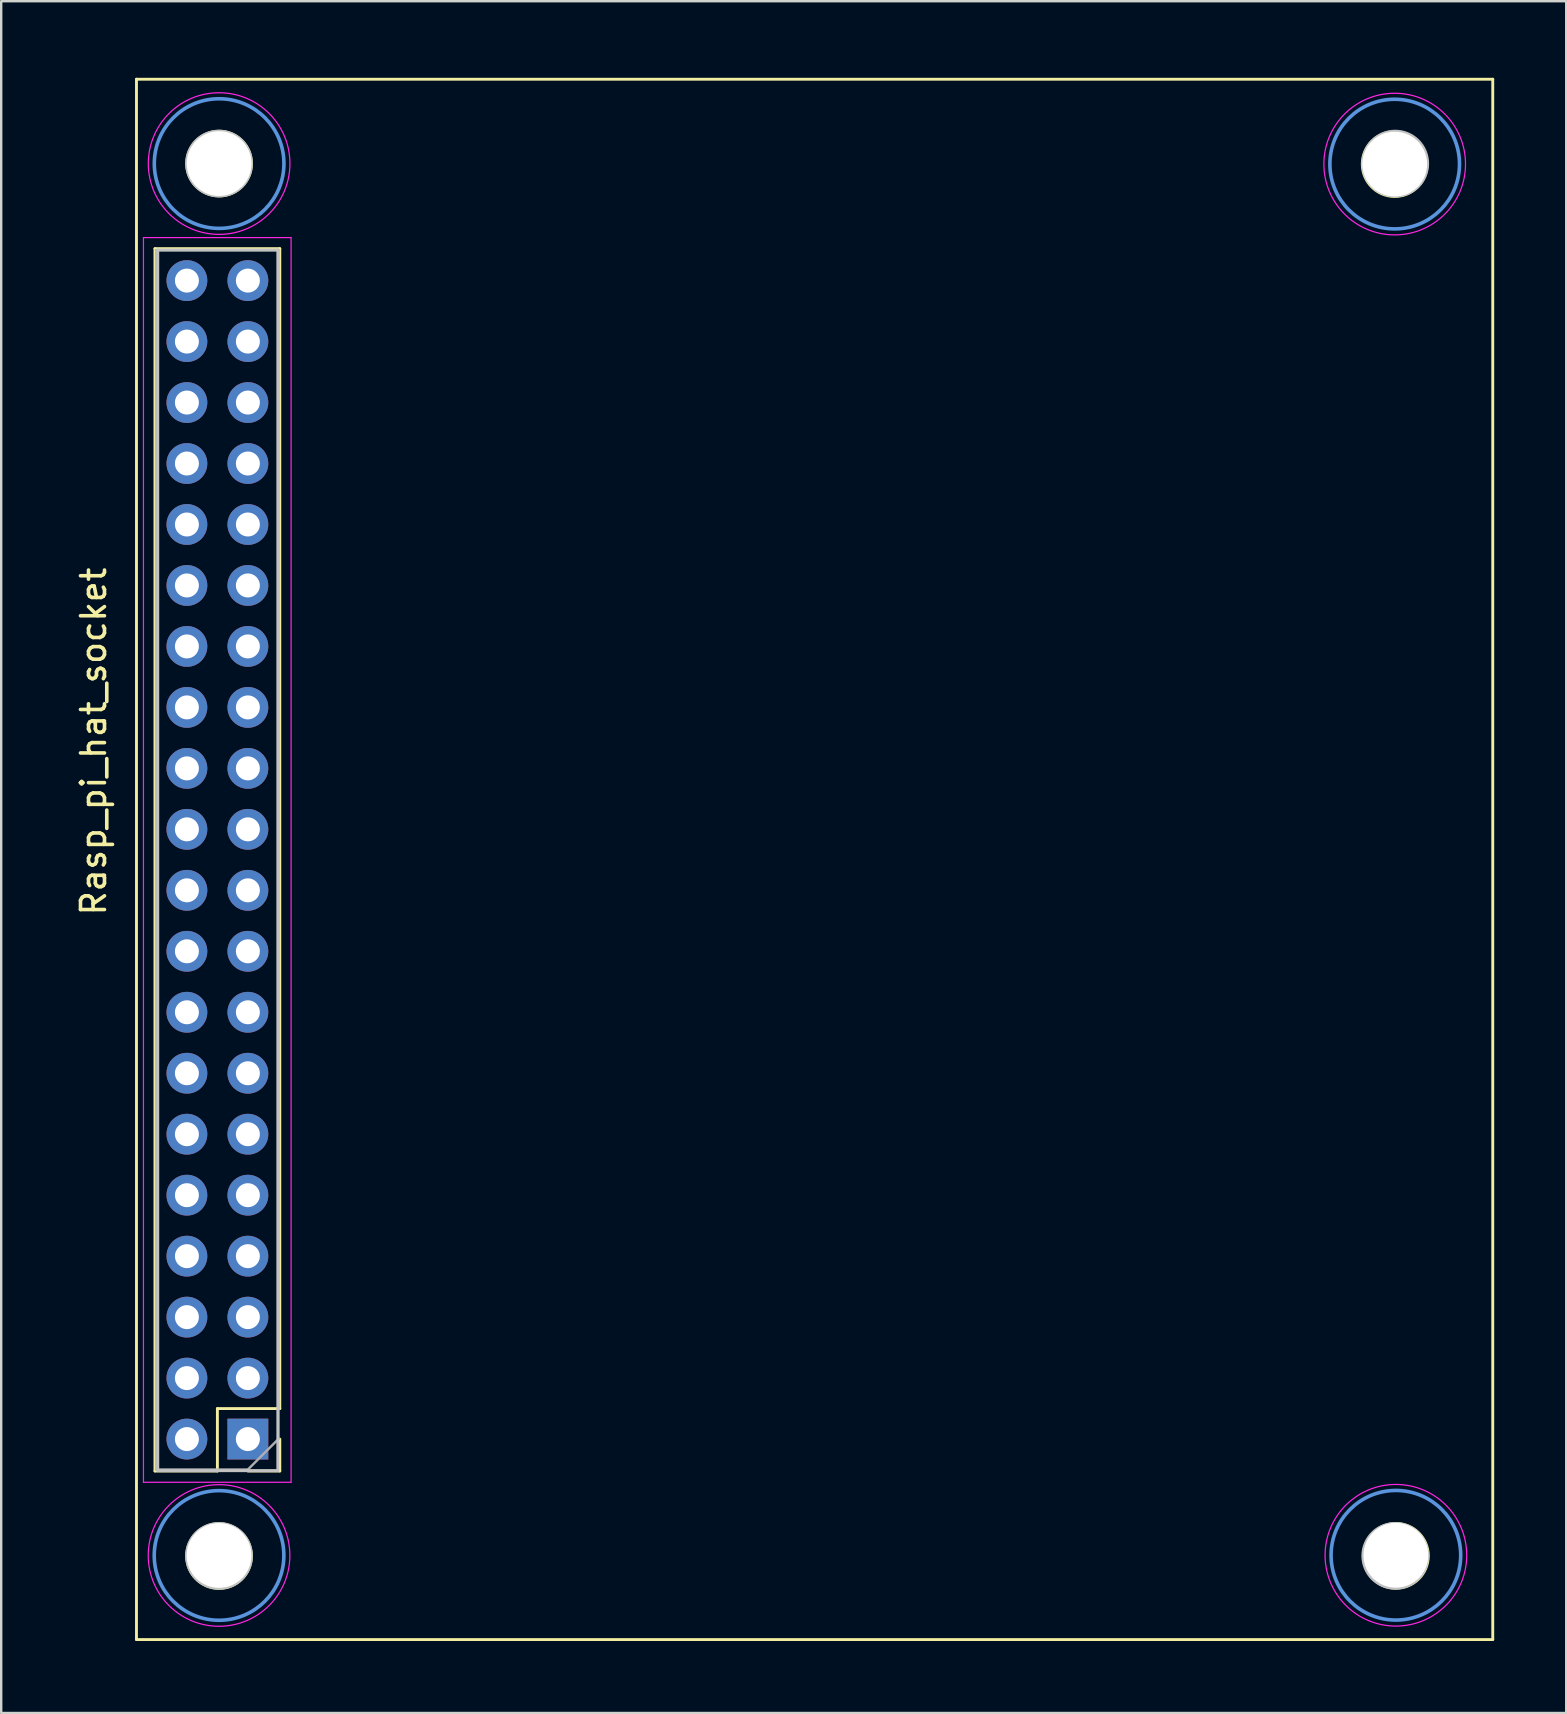
<source format=kicad_pcb>
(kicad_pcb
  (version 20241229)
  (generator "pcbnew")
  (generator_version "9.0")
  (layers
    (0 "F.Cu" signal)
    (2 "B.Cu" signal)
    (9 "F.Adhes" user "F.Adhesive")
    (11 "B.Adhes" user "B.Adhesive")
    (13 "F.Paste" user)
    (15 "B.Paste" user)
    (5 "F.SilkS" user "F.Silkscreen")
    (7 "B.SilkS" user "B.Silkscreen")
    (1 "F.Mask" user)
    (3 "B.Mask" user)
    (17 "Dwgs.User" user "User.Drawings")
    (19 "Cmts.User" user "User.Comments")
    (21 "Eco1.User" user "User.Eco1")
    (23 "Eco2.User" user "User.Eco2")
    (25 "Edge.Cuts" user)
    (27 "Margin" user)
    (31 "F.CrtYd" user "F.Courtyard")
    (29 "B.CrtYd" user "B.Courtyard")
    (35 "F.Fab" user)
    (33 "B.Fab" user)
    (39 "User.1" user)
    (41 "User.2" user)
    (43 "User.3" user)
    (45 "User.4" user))
  (footprint "Rasp_pi_hat_socket"
    (layer "F.Cu")
    (at 2.635 0.25)
    (property "Reference" "Rasp_pi_hat_socket" (at -1.787 27.589 90) (layer "F.SilkS") (effects (font (size 1 1) (thickness 0.15))))
    (attr through_hole)
    (fp_line (start 0 0) (end 0 65) (stroke (width 0.12) (type solid)) (layer "F.SilkS"))
    (fp_line (start 0 65) (end 56.5 65) (stroke (width 0.12) (type solid)) (layer "F.SilkS"))
    (fp_line (start 0.771 57.979) (end 0.771 7.059) (stroke (width 0.12) (type solid)) (layer "F.SilkS"))
    (fp_line (start 3.371 55.379) (end 3.371 57.979) (stroke (width 0.12) (type solid)) (layer "F.SilkS"))
    (fp_line (start 3.371 57.979) (end 0.771 57.979) (stroke (width 0.12) (type solid)) (layer "F.SilkS"))
    (fp_line (start 5.971 7.059) (end 0.771 7.059) (stroke (width 0.12) (type solid)) (layer "F.SilkS"))
    (fp_line (start 5.971 55.379) (end 3.371 55.379) (stroke (width 0.12) (type solid)) (layer "F.SilkS"))
    (fp_line (start 5.971 55.379) (end 5.971 7.059) (stroke (width 0.12) (type solid)) (layer "F.SilkS"))
    (fp_line (start 5.971 56.649) (end 5.971 57.979) (stroke (width 0.12) (type solid)) (layer "F.SilkS"))
    (fp_line (start 5.971 57.979) (end 4.641 57.979) (stroke (width 0.12) (type solid)) (layer "F.SilkS"))
    (fp_line (start 56.5 0) (end 0 0) (stroke (width 0.12) (type solid)) (layer "F.SilkS"))
    (fp_line (start 56.5 65) (end 56.5 0) (stroke (width 0.12) (type solid)) (layer "F.SilkS"))
    (fp_circle (center 3.44 61.522) (end 4.79 61.522) (stroke (width 0.12) (type solid)) (fill no) (layer "F.SilkS"))
    (fp_circle (center 3.443 3.514) (end 4.793 3.514) (stroke (width 0.12) (type solid)) (fill no) (layer "F.SilkS"))
    (fp_circle (center 52.415 3.535) (end 53.765 3.535) (stroke (width 0.12) (type solid)) (fill no) (layer "F.SilkS"))
    (fp_circle (center 52.465 61.514) (end 53.815 61.514) (stroke (width 0.12) (type solid)) (fill no) (layer "F.SilkS"))
    (fp_line (start 0.888 7.115) (end 0.888 57.965) (stroke (width 0.12) (type solid)) (layer "Dwgs.User"))
    (fp_line (start 0.888 57.965) (end 5.888 57.965) (stroke (width 0.12) (type solid)) (layer "Dwgs.User"))
    (fp_line (start 5.888 7.115) (end 0.888 7.115) (stroke (width 0.12) (type solid)) (layer "Dwgs.User"))
    (fp_line (start 5.888 57.965) (end 5.888 7.115) (stroke (width 0.12) (type solid)) (layer "Dwgs.User"))
    (fp_circle (center 3.438 3.514) (end 4.788 3.514) (stroke (width 0.12) (type solid)) (fill no) (layer "Dwgs.User"))
    (fp_circle (center 3.438 61.514) (end 4.788 61.514) (stroke (width 0.12) (type solid)) (fill no) (layer "Dwgs.User"))
    (fp_circle (center 52.438 3.514) (end 53.788 3.514) (stroke (width 0.12) (type solid)) (fill no) (layer "Dwgs.User"))
    (fp_circle (center 52.438 61.514) (end 53.788 61.514) (stroke (width 0.12) (type solid)) (fill no) (layer "Dwgs.User"))
    (fp_circle (center 3.44 61.497) (end 6.14 61.497) (stroke (width 0.15) (type solid)) (fill no) (layer "Cmts.User"))
    (fp_circle (center 3.443 3.514) (end 6.143 3.514) (stroke (width 0.15) (type solid)) (fill no) (layer "Cmts.User"))
    (fp_circle (center 52.415 3.535) (end 55.115 3.535) (stroke (width 0.15) (type solid)) (fill no) (layer "Cmts.User"))
    (fp_circle (center 52.465 61.489) (end 55.165 61.489) (stroke (width 0.15) (type solid)) (fill no) (layer "Cmts.User"))
    (fp_line (start 0.291 6.599) (end 0.291 58.449) (stroke (width 0.05) (type solid)) (layer "F.CrtYd"))
    (fp_line (start 0.291 58.449) (end 6.441 58.449) (stroke (width 0.05) (type solid)) (layer "F.CrtYd"))
    (fp_line (start 6.441 6.599) (end 0.291 6.599) (stroke (width 0.05) (type solid)) (layer "F.CrtYd"))
    (fp_line (start 6.441 58.449) (end 6.441 6.599) (stroke (width 0.05) (type solid)) (layer "F.CrtYd"))
    (fp_circle (center 3.44 61.497) (end 6.39 61.497) (stroke (width 0.05) (type solid)) (fill no) (layer "F.CrtYd"))
    (fp_circle (center 3.443 3.514) (end 6.393 3.514) (stroke (width 0.05) (type solid)) (fill no) (layer "F.CrtYd"))
    (fp_circle (center 52.415 3.535) (end 55.365 3.535) (stroke (width 0.05) (type solid)) (fill no) (layer "F.CrtYd"))
    (fp_circle (center 52.465 61.489) (end 55.415 61.489) (stroke (width 0.05) (type solid)) (fill no) (layer "F.CrtYd"))
    (fp_line (start 0.831 7.119) (end 5.911 7.119) (stroke (width 0.1) (type solid)) (layer "F.Fab"))
    (fp_line (start 0.831 57.919) (end 0.831 7.119) (stroke (width 0.1) (type solid)) (layer "F.Fab"))
    (fp_line (start 4.641 57.919) (end 0.831 57.919) (stroke (width 0.1) (type solid)) (layer "F.Fab"))
    (fp_line (start 5.911 7.119) (end 5.911 56.649) (stroke (width 0.1) (type solid)) (layer "F.Fab"))
    (fp_line (start 5.911 56.649) (end 4.641 57.919) (stroke (width 0.1) (type solid)) (layer "F.Fab"))
    (pad "" np_thru_hole circle (at 3.44 61.497) (size 2.7 2.7) (drill 2.7) (layers "*.Cu" "*.Mask"))
    (pad "" np_thru_hole circle (at 3.443 3.514) (size 2.7 2.7) (drill 2.7) (layers "*.Cu" "*.Mask"))
    (pad "" np_thru_hole circle (at 52.415 3.535) (size 2.7 2.7) (drill 2.7) (layers "*.Cu" "*.Mask"))
    (pad "" np_thru_hole circle (at 52.465 61.489) (size 2.7 2.7) (drill 2.7) (layers "*.Cu" "*.Mask"))
    (pad "1" thru_hole rect (at 4.641 56.649 180) (size 1.7 1.7) (drill 1) (layers "*.Cu" "*.Mask"))
    (pad "2" thru_hole oval (at 2.101 56.649 180) (size 1.7 1.7) (drill 1) (layers "*.Cu" "*.Mask"))
    (pad "3" thru_hole oval (at 4.641 54.109 180) (size 1.7 1.7) (drill 1) (layers "*.Cu" "*.Mask"))
    (pad "4" thru_hole oval (at 2.101 54.109 180) (size 1.7 1.7) (drill 1) (layers "*.Cu" "*.Mask"))
    (pad "5" thru_hole oval (at 4.641 51.569 180) (size 1.7 1.7) (drill 1) (layers "*.Cu" "*.Mask"))
    (pad "6" thru_hole oval (at 2.101 51.569 180) (size 1.7 1.7) (drill 1) (layers "*.Cu" "*.Mask"))
    (pad "7" thru_hole oval (at 4.641 49.029 180) (size 1.7 1.7) (drill 1) (layers "*.Cu" "*.Mask"))
    (pad "8" thru_hole oval (at 2.101 49.029 180) (size 1.7 1.7) (drill 1) (layers "*.Cu" "*.Mask"))
    (pad "9" thru_hole oval (at 4.641 46.489 180) (size 1.7 1.7) (drill 1) (layers "*.Cu" "*.Mask"))
    (pad "10" thru_hole oval (at 2.101 46.489 180) (size 1.7 1.7) (drill 1) (layers "*.Cu" "*.Mask"))
    (pad "11" thru_hole oval (at 4.641 43.949 180) (size 1.7 1.7) (drill 1) (layers "*.Cu" "*.Mask"))
    (pad "12" thru_hole oval (at 2.101 43.949 180) (size 1.7 1.7) (drill 1) (layers "*.Cu" "*.Mask"))
    (pad "13" thru_hole oval (at 4.641 41.409 180) (size 1.7 1.7) (drill 1) (layers "*.Cu" "*.Mask"))
    (pad "14" thru_hole oval (at 2.101 41.409 180) (size 1.7 1.7) (drill 1) (layers "*.Cu" "*.Mask"))
    (pad "15" thru_hole oval (at 4.641 38.869 180) (size 1.7 1.7) (drill 1) (layers "*.Cu" "*.Mask"))
    (pad "16" thru_hole oval (at 2.101 38.869 180) (size 1.7 1.7) (drill 1) (layers "*.Cu" "*.Mask"))
    (pad "17" thru_hole oval (at 4.641 36.329 180) (size 1.7 1.7) (drill 1) (layers "*.Cu" "*.Mask"))
    (pad "18" thru_hole oval (at 2.101 36.329 180) (size 1.7 1.7) (drill 1) (layers "*.Cu" "*.Mask"))
    (pad "19" thru_hole oval (at 4.641 33.789 180) (size 1.7 1.7) (drill 1) (layers "*.Cu" "*.Mask"))
    (pad "20" thru_hole oval (at 2.101 33.789 180) (size 1.7 1.7) (drill 1) (layers "*.Cu" "*.Mask"))
    (pad "21" thru_hole oval (at 4.641 31.249 180) (size 1.7 1.7) (drill 1) (layers "*.Cu" "*.Mask"))
    (pad "22" thru_hole oval (at 2.101 31.249 180) (size 1.7 1.7) (drill 1) (layers "*.Cu" "*.Mask"))
    (pad "23" thru_hole oval (at 4.641 28.709 180) (size 1.7 1.7) (drill 1) (layers "*.Cu" "*.Mask"))
    (pad "24" thru_hole oval (at 2.101 28.709 180) (size 1.7 1.7) (drill 1) (layers "*.Cu" "*.Mask"))
    (pad "25" thru_hole oval (at 4.641 26.169 180) (size 1.7 1.7) (drill 1) (layers "*.Cu" "*.Mask"))
    (pad "26" thru_hole oval (at 2.101 26.169 180) (size 1.7 1.7) (drill 1) (layers "*.Cu" "*.Mask"))
    (pad "27" thru_hole oval (at 4.641 23.629 180) (size 1.7 1.7) (drill 1) (layers "*.Cu" "*.Mask"))
    (pad "28" thru_hole oval (at 2.101 23.629 180) (size 1.7 1.7) (drill 1) (layers "*.Cu" "*.Mask"))
    (pad "29" thru_hole oval (at 4.641 21.089 180) (size 1.7 1.7) (drill 1) (layers "*.Cu" "*.Mask"))
    (pad "30" thru_hole oval (at 2.101 21.089 180) (size 1.7 1.7) (drill 1) (layers "*.Cu" "*.Mask"))
    (pad "31" thru_hole oval (at 4.641 18.549 180) (size 1.7 1.7) (drill 1) (layers "*.Cu" "*.Mask"))
    (pad "32" thru_hole oval (at 2.101 18.549 180) (size 1.7 1.7) (drill 1) (layers "*.Cu" "*.Mask"))
    (pad "33" thru_hole oval (at 4.641 16.009 180) (size 1.7 1.7) (drill 1) (layers "*.Cu" "*.Mask"))
    (pad "34" thru_hole oval (at 2.101 16.009 180) (size 1.7 1.7) (drill 1) (layers "*.Cu" "*.Mask"))
    (pad "35" thru_hole oval (at 4.641 13.469 180) (size 1.7 1.7) (drill 1) (layers "*.Cu" "*.Mask"))
    (pad "36" thru_hole oval (at 2.101 13.469 180) (size 1.7 1.7) (drill 1) (layers "*.Cu" "*.Mask"))
    (pad "37" thru_hole oval (at 4.641 10.929 180) (size 1.7 1.7) (drill 1) (layers "*.Cu" "*.Mask"))
    (pad "38" thru_hole oval (at 2.101 10.929 180) (size 1.7 1.7) (drill 1) (layers "*.Cu" "*.Mask"))
    (pad "39" thru_hole oval (at 4.641 8.389 180) (size 1.7 1.7) (drill 1) (layers "*.Cu" "*.Mask"))
    (pad "40" thru_hole oval (at 2.101 8.389 180) (size 1.7 1.7) (drill 1) (layers "*.Cu" "*.Mask")))
  (gr_rect
    (start -3 -3)
    (end 62.195 68.31)
    (stroke (width 0.1) (type default))
    (fill no)
    (layer "Edge.Cuts")))
</source>
